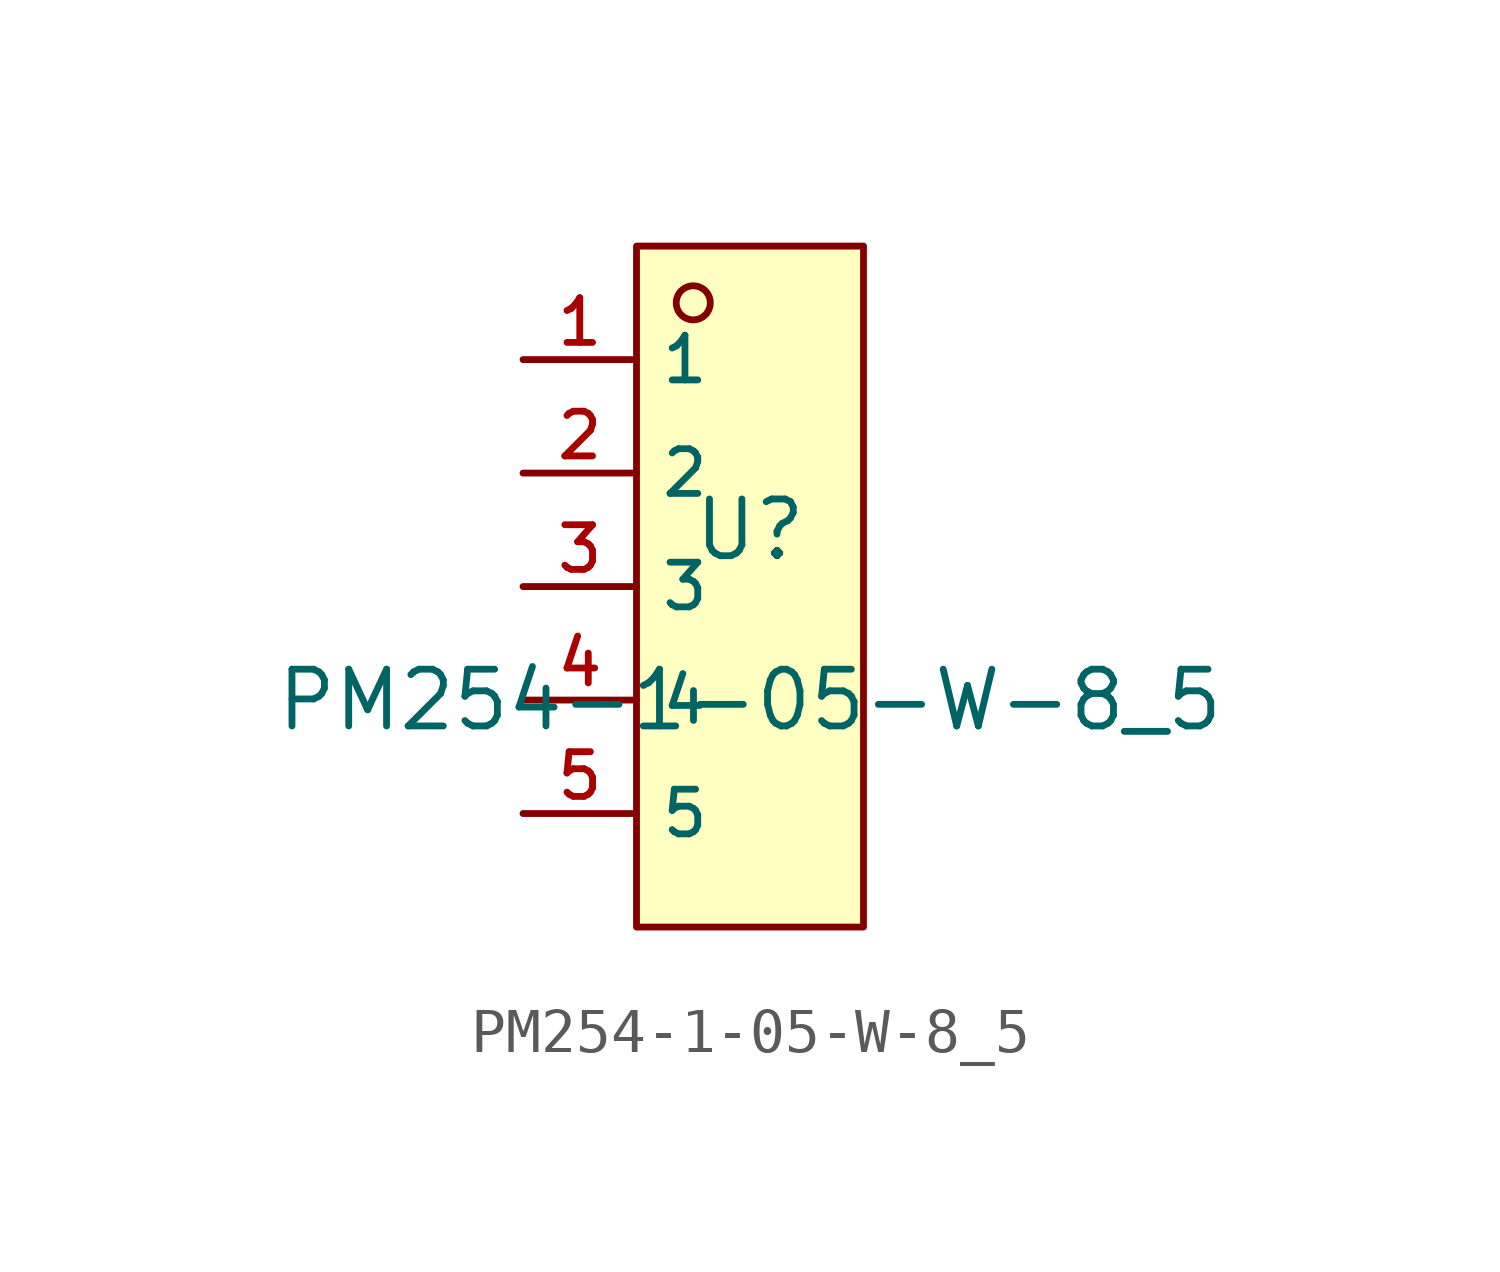
<source format=kicad_sym>
(kicad_symbol_lib
  (version 20210201)
  (generator TousstNicolas/JLC2KiCad_lib)
  (symbol "PM254-1-05-W-8_5"
    (property "Reference" "U"
      (at 0 1.27 0)
      (effects (font (size 1.27 1.27))))
    (property "Value" "PM254-1-05-W-8_5"
      (at 0 -2.54 0)
      (effects (font (size 1.27 1.27))))
    (symbol "PM254-1-05-W-8_5_0_1"
      (rectangle (start -2.54 7.62) (end 2.54 -7.62) (stroke (width 0) (type default) (color 0 0 0 0)) (fill (type background)))
      (circle (center -1.27 6.35) (radius 0.381) (stroke (width 0) (type default) (color 0 0 0 0)) (fill (type background)))
      (pin unspecified line (at -5.08 5.08 0) (length 2.54) (name "1" (effects (font (size 1 1)))) (number "1" (effects (font (size 1 1)))))
      (pin unspecified line (at -5.08 2.54 0) (length 2.54) (name "2" (effects (font (size 1 1)))) (number "2" (effects (font (size 1 1)))))
      (pin unspecified line (at -5.08 -0.0 0) (length 2.54) (name "3" (effects (font (size 1 1)))) (number "3" (effects (font (size 1 1)))))
      (pin unspecified line (at -5.08 -2.54 0) (length 2.54) (name "4" (effects (font (size 1 1)))) (number "4" (effects (font (size 1 1)))))
      (pin unspecified line (at -5.08 -5.08 0) (length 2.54) (name "5" (effects (font (size 1 1)))) (number "5" (effects (font (size 1 1))))))))
</source>
